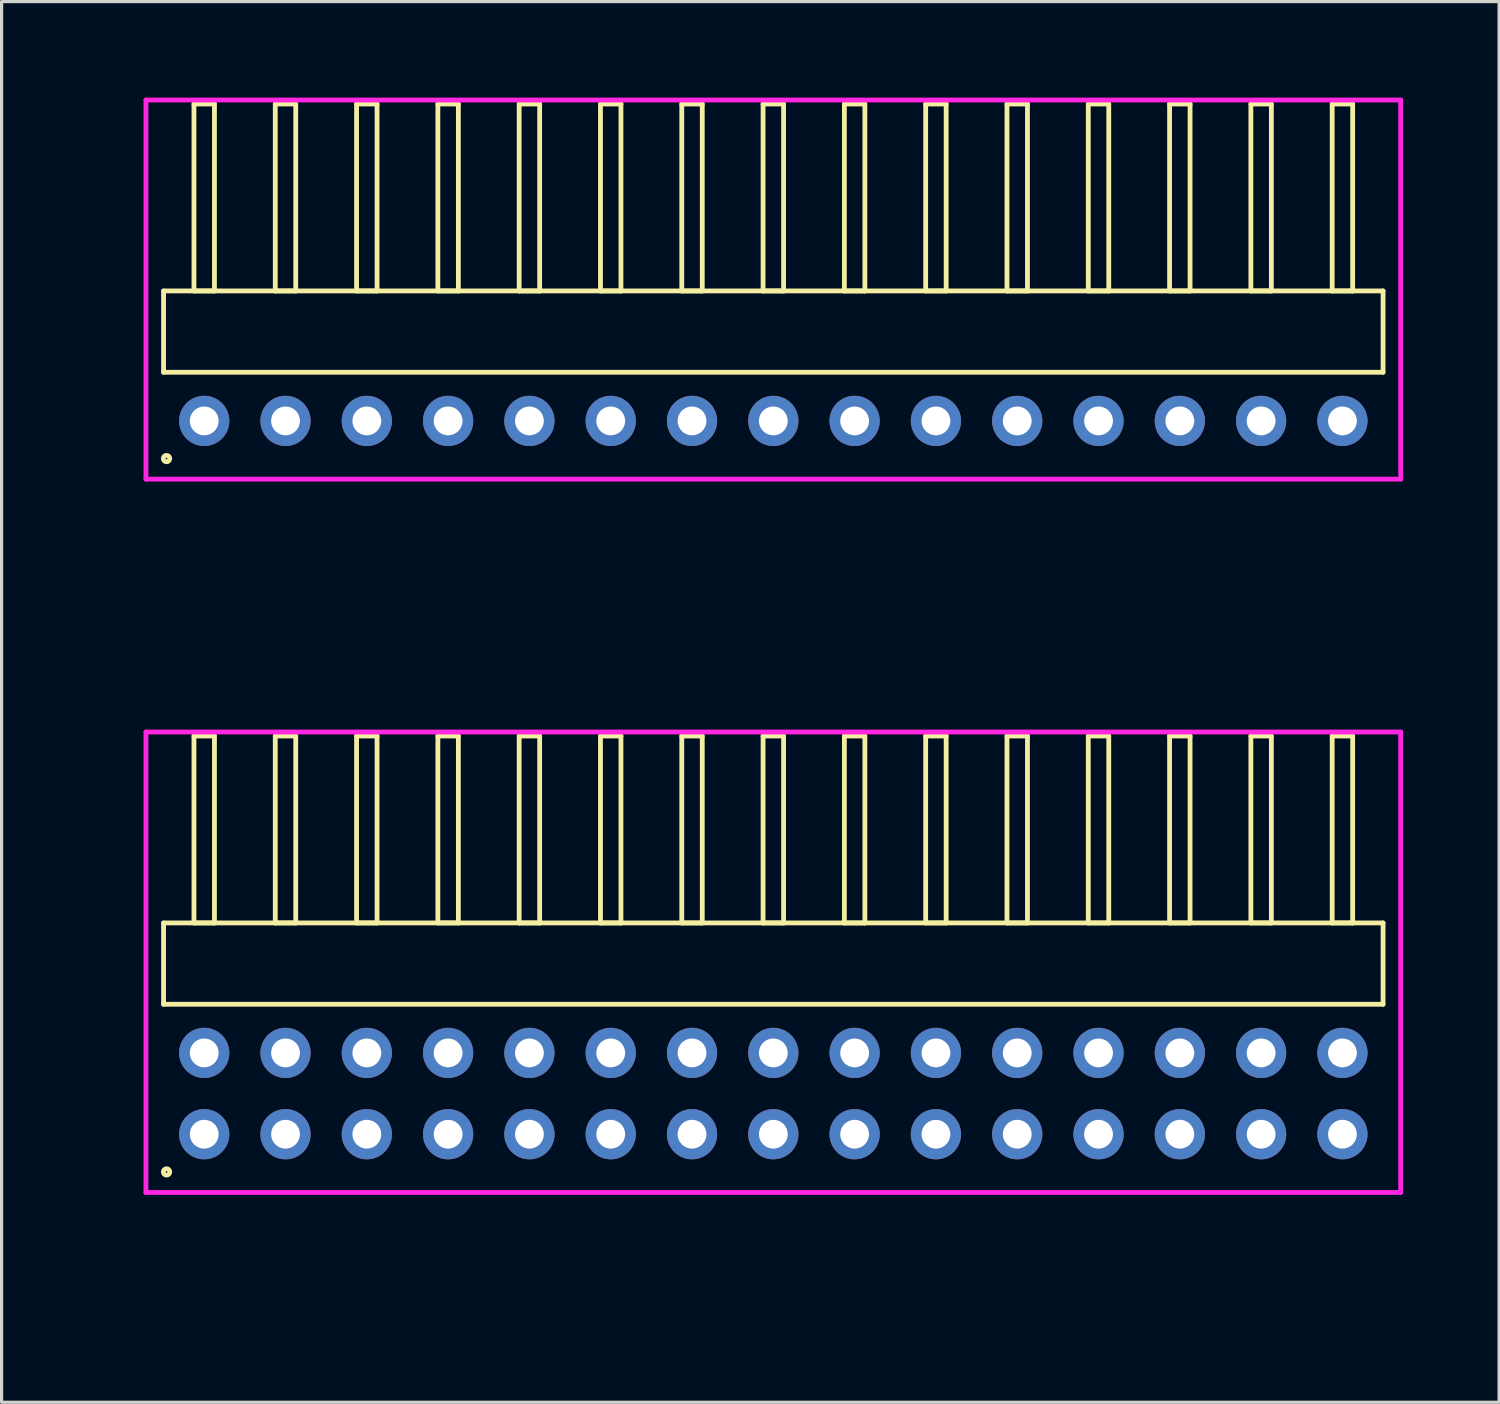
<source format=kicad_pcb>
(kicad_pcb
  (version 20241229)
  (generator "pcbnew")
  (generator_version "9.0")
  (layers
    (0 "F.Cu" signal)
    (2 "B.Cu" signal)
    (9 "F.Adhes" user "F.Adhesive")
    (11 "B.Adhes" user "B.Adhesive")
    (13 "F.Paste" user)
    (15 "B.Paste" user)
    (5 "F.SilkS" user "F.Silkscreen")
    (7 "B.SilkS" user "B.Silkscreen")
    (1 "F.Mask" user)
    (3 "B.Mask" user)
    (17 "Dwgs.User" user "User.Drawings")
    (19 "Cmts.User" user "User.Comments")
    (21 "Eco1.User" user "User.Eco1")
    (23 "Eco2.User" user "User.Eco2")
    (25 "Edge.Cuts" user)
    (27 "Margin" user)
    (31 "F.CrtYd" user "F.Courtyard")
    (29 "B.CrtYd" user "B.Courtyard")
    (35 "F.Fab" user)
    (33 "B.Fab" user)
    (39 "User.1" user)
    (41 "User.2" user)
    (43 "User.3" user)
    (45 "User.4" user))
  (footprint "HDR_RA254P15x1"
    (layer "F.Cu")
    (at 21.11 10.1)
    (property "Reference" "HDR_RA254P15x1" (at -20.35 0 90) (layer "User.1") (effects (font (size 1 1) (thickness 0.1))))
    (attr through_hole)
    (fp_line (start -19.05 -4.06) (end -19.05 -1.52) (stroke (width 0.15) (type solid)) (layer "F.SilkS"))
    (fp_line (start -19.05 -1.52) (end 19.05 -1.52) (stroke (width 0.15) (type solid)) (layer "F.SilkS"))
    (fp_line (start -18.1 -9.9) (end -18.1 -4.06) (stroke (width 0.15) (type solid)) (layer "F.SilkS"))
    (fp_line (start -18.1 -4.06) (end -17.46 -4.06) (stroke (width 0.15) (type solid)) (layer "F.SilkS"))
    (fp_line (start -17.46 -9.9) (end -18.1 -9.9) (stroke (width 0.15) (type solid)) (layer "F.SilkS"))
    (fp_line (start -17.46 -4.06) (end -17.46 -9.9) (stroke (width 0.15) (type solid)) (layer "F.SilkS"))
    (fp_line (start -15.56 -9.9) (end -15.56 -4.06) (stroke (width 0.15) (type solid)) (layer "F.SilkS"))
    (fp_line (start -15.56 -4.06) (end -14.92 -4.06) (stroke (width 0.15) (type solid)) (layer "F.SilkS"))
    (fp_line (start -14.92 -9.9) (end -15.56 -9.9) (stroke (width 0.15) (type solid)) (layer "F.SilkS"))
    (fp_line (start -14.92 -4.06) (end -14.92 -9.9) (stroke (width 0.15) (type solid)) (layer "F.SilkS"))
    (fp_line (start -13.02 -9.9) (end -13.02 -4.06) (stroke (width 0.15) (type solid)) (layer "F.SilkS"))
    (fp_line (start -13.02 -4.06) (end -12.38 -4.06) (stroke (width 0.15) (type solid)) (layer "F.SilkS"))
    (fp_line (start -12.38 -9.9) (end -13.02 -9.9) (stroke (width 0.15) (type solid)) (layer "F.SilkS"))
    (fp_line (start -12.38 -4.06) (end -12.38 -9.9) (stroke (width 0.15) (type solid)) (layer "F.SilkS"))
    (fp_line (start -10.48 -9.9) (end -10.48 -4.06) (stroke (width 0.15) (type solid)) (layer "F.SilkS"))
    (fp_line (start -10.48 -4.06) (end -9.84 -4.06) (stroke (width 0.15) (type solid)) (layer "F.SilkS"))
    (fp_line (start -9.84 -9.9) (end -10.48 -9.9) (stroke (width 0.15) (type solid)) (layer "F.SilkS"))
    (fp_line (start -9.84 -4.06) (end -9.84 -9.9) (stroke (width 0.15) (type solid)) (layer "F.SilkS"))
    (fp_line (start -7.94 -9.9) (end -7.94 -4.06) (stroke (width 0.15) (type solid)) (layer "F.SilkS"))
    (fp_line (start -7.94 -4.06) (end -7.3 -4.06) (stroke (width 0.15) (type solid)) (layer "F.SilkS"))
    (fp_line (start -7.3 -9.9) (end -7.94 -9.9) (stroke (width 0.15) (type solid)) (layer "F.SilkS"))
    (fp_line (start -7.3 -4.06) (end -7.3 -9.9) (stroke (width 0.15) (type solid)) (layer "F.SilkS"))
    (fp_line (start -5.4 -9.9) (end -5.4 -4.06) (stroke (width 0.15) (type solid)) (layer "F.SilkS"))
    (fp_line (start -5.4 -4.06) (end -4.76 -4.06) (stroke (width 0.15) (type solid)) (layer "F.SilkS"))
    (fp_line (start -4.76 -9.9) (end -5.4 -9.9) (stroke (width 0.15) (type solid)) (layer "F.SilkS"))
    (fp_line (start -4.76 -4.06) (end -4.76 -9.9) (stroke (width 0.15) (type solid)) (layer "F.SilkS"))
    (fp_line (start -2.86 -9.9) (end -2.86 -4.06) (stroke (width 0.15) (type solid)) (layer "F.SilkS"))
    (fp_line (start -2.86 -4.06) (end -2.22 -4.06) (stroke (width 0.15) (type solid)) (layer "F.SilkS"))
    (fp_line (start -2.22 -9.9) (end -2.86 -9.9) (stroke (width 0.15) (type solid)) (layer "F.SilkS"))
    (fp_line (start -2.22 -4.06) (end -2.22 -9.9) (stroke (width 0.15) (type solid)) (layer "F.SilkS"))
    (fp_line (start -0.32 -9.9) (end -0.32 -4.06) (stroke (width 0.15) (type solid)) (layer "F.SilkS"))
    (fp_line (start -0.32 -4.06) (end 0.32 -4.06) (stroke (width 0.15) (type solid)) (layer "F.SilkS"))
    (fp_line (start 0.32 -9.9) (end -0.32 -9.9) (stroke (width 0.15) (type solid)) (layer "F.SilkS"))
    (fp_line (start 0.32 -4.06) (end 0.32 -9.9) (stroke (width 0.15) (type solid)) (layer "F.SilkS"))
    (fp_line (start 2.22 -9.9) (end 2.22 -4.06) (stroke (width 0.15) (type solid)) (layer "F.SilkS"))
    (fp_line (start 2.22 -4.06) (end 2.86 -4.06) (stroke (width 0.15) (type solid)) (layer "F.SilkS"))
    (fp_line (start 2.86 -9.9) (end 2.22 -9.9) (stroke (width 0.15) (type solid)) (layer "F.SilkS"))
    (fp_line (start 2.86 -4.06) (end 2.86 -9.9) (stroke (width 0.15) (type solid)) (layer "F.SilkS"))
    (fp_line (start 4.76 -9.9) (end 4.76 -4.06) (stroke (width 0.15) (type solid)) (layer "F.SilkS"))
    (fp_line (start 4.76 -4.06) (end 5.4 -4.06) (stroke (width 0.15) (type solid)) (layer "F.SilkS"))
    (fp_line (start 5.4 -9.9) (end 4.76 -9.9) (stroke (width 0.15) (type solid)) (layer "F.SilkS"))
    (fp_line (start 5.4 -4.06) (end 5.4 -9.9) (stroke (width 0.15) (type solid)) (layer "F.SilkS"))
    (fp_line (start 7.3 -9.9) (end 7.3 -4.06) (stroke (width 0.15) (type solid)) (layer "F.SilkS"))
    (fp_line (start 7.3 -4.06) (end 7.94 -4.06) (stroke (width 0.15) (type solid)) (layer "F.SilkS"))
    (fp_line (start 7.94 -9.9) (end 7.3 -9.9) (stroke (width 0.15) (type solid)) (layer "F.SilkS"))
    (fp_line (start 7.94 -4.06) (end 7.94 -9.9) (stroke (width 0.15) (type solid)) (layer "F.SilkS"))
    (fp_line (start 9.84 -9.9) (end 9.84 -4.06) (stroke (width 0.15) (type solid)) (layer "F.SilkS"))
    (fp_line (start 9.84 -4.06) (end 10.48 -4.06) (stroke (width 0.15) (type solid)) (layer "F.SilkS"))
    (fp_line (start 10.48 -9.9) (end 9.84 -9.9) (stroke (width 0.15) (type solid)) (layer "F.SilkS"))
    (fp_line (start 10.48 -4.06) (end 10.48 -9.9) (stroke (width 0.15) (type solid)) (layer "F.SilkS"))
    (fp_line (start 12.38 -9.9) (end 12.38 -4.06) (stroke (width 0.15) (type solid)) (layer "F.SilkS"))
    (fp_line (start 12.38 -4.06) (end 13.02 -4.06) (stroke (width 0.15) (type solid)) (layer "F.SilkS"))
    (fp_line (start 13.02 -9.9) (end 12.38 -9.9) (stroke (width 0.15) (type solid)) (layer "F.SilkS"))
    (fp_line (start 13.02 -4.06) (end 13.02 -9.9) (stroke (width 0.15) (type solid)) (layer "F.SilkS"))
    (fp_line (start 14.92 -9.9) (end 14.92 -4.06) (stroke (width 0.15) (type solid)) (layer "F.SilkS"))
    (fp_line (start 14.92 -4.06) (end 15.56 -4.06) (stroke (width 0.15) (type solid)) (layer "F.SilkS"))
    (fp_line (start 15.56 -9.9) (end 14.92 -9.9) (stroke (width 0.15) (type solid)) (layer "F.SilkS"))
    (fp_line (start 15.56 -4.06) (end 15.56 -9.9) (stroke (width 0.15) (type solid)) (layer "F.SilkS"))
    (fp_line (start 17.46 -9.9) (end 17.46 -4.06) (stroke (width 0.15) (type solid)) (layer "F.SilkS"))
    (fp_line (start 17.46 -4.06) (end 18.1 -4.06) (stroke (width 0.15) (type solid)) (layer "F.SilkS"))
    (fp_line (start 18.1 -9.9) (end 17.46 -9.9) (stroke (width 0.15) (type solid)) (layer "F.SilkS"))
    (fp_line (start 18.1 -4.06) (end 18.1 -9.9) (stroke (width 0.15) (type solid)) (layer "F.SilkS"))
    (fp_line (start 19.05 -4.06) (end -19.05 -4.06) (stroke (width 0.15) (type solid)) (layer "F.SilkS"))
    (fp_line (start 19.05 -1.52) (end 19.05 -4.06) (stroke (width 0.15) (type solid)) (layer "F.SilkS"))
    (fp_circle (center -18.957 1.177) (end -18.857 1.177) (stroke (width 0.15) (type solid)) (fill no) (layer "F.SilkS"))
    (fp_line (start -19.6 -10.025) (end -19.6 1.82) (stroke (width 0.15) (type solid)) (layer "F.CrtYd"))
    (fp_line (start -19.6 1.82) (end 19.6 1.82) (stroke (width 0.15) (type solid)) (layer "F.CrtYd"))
    (fp_line (start 19.6 -10.025) (end -19.6 -10.025) (stroke (width 0.15) (type solid)) (layer "F.CrtYd"))
    (fp_line (start 19.6 1.82) (end 19.6 -10.025) (stroke (width 0.15) (type solid)) (layer "F.CrtYd"))
    (pad "1" thru_hole oval (at -17.78 0) (size 1.57 1.57) (drill 0.9) (layers "*.Cu" "*.Mask"))
    (pad "2" thru_hole oval (at -15.24 0) (size 1.57 1.57) (drill 0.9) (layers "*.Cu" "*.Mask"))
    (pad "3" thru_hole oval (at -12.7 0) (size 1.57 1.57) (drill 0.9) (layers "*.Cu" "*.Mask"))
    (pad "4" thru_hole oval (at -10.16 0) (size 1.57 1.57) (drill 0.9) (layers "*.Cu" "*.Mask"))
    (pad "5" thru_hole oval (at -7.62 0) (size 1.57 1.57) (drill 0.9) (layers "*.Cu" "*.Mask"))
    (pad "6" thru_hole oval (at -5.08 0) (size 1.57 1.57) (drill 0.9) (layers "*.Cu" "*.Mask"))
    (pad "7" thru_hole oval (at -2.54 0) (size 1.57 1.57) (drill 0.9) (layers "*.Cu" "*.Mask"))
    (pad "8" thru_hole oval (at 0 0) (size 1.57 1.57) (drill 0.9) (layers "*.Cu" "*.Mask"))
    (pad "9" thru_hole oval (at 2.54 0) (size 1.57 1.57) (drill 0.9) (layers "*.Cu" "*.Mask"))
    (pad "10" thru_hole oval (at 5.08 0) (size 1.57 1.57) (drill 0.9) (layers "*.Cu" "*.Mask"))
    (pad "11" thru_hole oval (at 7.62 0) (size 1.57 1.57) (drill 0.9) (layers "*.Cu" "*.Mask"))
    (pad "12" thru_hole oval (at 10.16 0) (size 1.57 1.57) (drill 0.9) (layers "*.Cu" "*.Mask"))
    (pad "13" thru_hole oval (at 12.7 0) (size 1.57 1.57) (drill 0.9) (layers "*.Cu" "*.Mask"))
    (pad "14" thru_hole oval (at 15.24 0) (size 1.57 1.57) (drill 0.9) (layers "*.Cu" "*.Mask"))
    (pad "15" thru_hole oval (at 17.78 0) (size 1.57 1.57) (drill 0.9) (layers "*.Cu" "*.Mask")))
  (footprint "HDR_RA254P15x2"
    (layer "F.Cu")
    (at 21.11 31.115)
    (property "Reference" "HDR_RA254P15x2" (at -20.35 0 90) (layer "User.1") (effects (font (size 1 1) (thickness 0.1))))
    (attr through_hole)
    (fp_line (start -19.05 -5.33) (end -19.05 -2.79) (stroke (width 0.15) (type solid)) (layer "F.SilkS"))
    (fp_line (start -19.05 -2.79) (end 19.05 -2.79) (stroke (width 0.15) (type solid)) (layer "F.SilkS"))
    (fp_line (start -18.1 -11.17) (end -18.1 -5.33) (stroke (width 0.15) (type solid)) (layer "F.SilkS"))
    (fp_line (start -18.1 -5.33) (end -17.46 -5.33) (stroke (width 0.15) (type solid)) (layer "F.SilkS"))
    (fp_line (start -17.46 -11.17) (end -18.1 -11.17) (stroke (width 0.15) (type solid)) (layer "F.SilkS"))
    (fp_line (start -17.46 -5.33) (end -17.46 -11.17) (stroke (width 0.15) (type solid)) (layer "F.SilkS"))
    (fp_line (start -15.56 -11.17) (end -15.56 -5.33) (stroke (width 0.15) (type solid)) (layer "F.SilkS"))
    (fp_line (start -15.56 -5.33) (end -14.92 -5.33) (stroke (width 0.15) (type solid)) (layer "F.SilkS"))
    (fp_line (start -14.92 -11.17) (end -15.56 -11.17) (stroke (width 0.15) (type solid)) (layer "F.SilkS"))
    (fp_line (start -14.92 -5.33) (end -14.92 -11.17) (stroke (width 0.15) (type solid)) (layer "F.SilkS"))
    (fp_line (start -13.02 -11.17) (end -13.02 -5.33) (stroke (width 0.15) (type solid)) (layer "F.SilkS"))
    (fp_line (start -13.02 -5.33) (end -12.38 -5.33) (stroke (width 0.15) (type solid)) (layer "F.SilkS"))
    (fp_line (start -12.38 -11.17) (end -13.02 -11.17) (stroke (width 0.15) (type solid)) (layer "F.SilkS"))
    (fp_line (start -12.38 -5.33) (end -12.38 -11.17) (stroke (width 0.15) (type solid)) (layer "F.SilkS"))
    (fp_line (start -10.48 -11.17) (end -10.48 -5.33) (stroke (width 0.15) (type solid)) (layer "F.SilkS"))
    (fp_line (start -10.48 -5.33) (end -9.84 -5.33) (stroke (width 0.15) (type solid)) (layer "F.SilkS"))
    (fp_line (start -9.84 -11.17) (end -10.48 -11.17) (stroke (width 0.15) (type solid)) (layer "F.SilkS"))
    (fp_line (start -9.84 -5.33) (end -9.84 -11.17) (stroke (width 0.15) (type solid)) (layer "F.SilkS"))
    (fp_line (start -7.94 -11.17) (end -7.94 -5.33) (stroke (width 0.15) (type solid)) (layer "F.SilkS"))
    (fp_line (start -7.94 -5.33) (end -7.3 -5.33) (stroke (width 0.15) (type solid)) (layer "F.SilkS"))
    (fp_line (start -7.3 -11.17) (end -7.94 -11.17) (stroke (width 0.15) (type solid)) (layer "F.SilkS"))
    (fp_line (start -7.3 -5.33) (end -7.3 -11.17) (stroke (width 0.15) (type solid)) (layer "F.SilkS"))
    (fp_line (start -5.4 -11.17) (end -5.4 -5.33) (stroke (width 0.15) (type solid)) (layer "F.SilkS"))
    (fp_line (start -5.4 -5.33) (end -4.76 -5.33) (stroke (width 0.15) (type solid)) (layer "F.SilkS"))
    (fp_line (start -4.76 -11.17) (end -5.4 -11.17) (stroke (width 0.15) (type solid)) (layer "F.SilkS"))
    (fp_line (start -4.76 -5.33) (end -4.76 -11.17) (stroke (width 0.15) (type solid)) (layer "F.SilkS"))
    (fp_line (start -2.86 -11.17) (end -2.86 -5.33) (stroke (width 0.15) (type solid)) (layer "F.SilkS"))
    (fp_line (start -2.86 -5.33) (end -2.22 -5.33) (stroke (width 0.15) (type solid)) (layer "F.SilkS"))
    (fp_line (start -2.22 -11.17) (end -2.86 -11.17) (stroke (width 0.15) (type solid)) (layer "F.SilkS"))
    (fp_line (start -2.22 -5.33) (end -2.22 -11.17) (stroke (width 0.15) (type solid)) (layer "F.SilkS"))
    (fp_line (start -0.32 -11.17) (end -0.32 -5.33) (stroke (width 0.15) (type solid)) (layer "F.SilkS"))
    (fp_line (start -0.32 -5.33) (end 0.32 -5.33) (stroke (width 0.15) (type solid)) (layer "F.SilkS"))
    (fp_line (start 0.32 -11.17) (end -0.32 -11.17) (stroke (width 0.15) (type solid)) (layer "F.SilkS"))
    (fp_line (start 0.32 -5.33) (end 0.32 -11.17) (stroke (width 0.15) (type solid)) (layer "F.SilkS"))
    (fp_line (start 2.22 -11.17) (end 2.22 -5.33) (stroke (width 0.15) (type solid)) (layer "F.SilkS"))
    (fp_line (start 2.22 -5.33) (end 2.86 -5.33) (stroke (width 0.15) (type solid)) (layer "F.SilkS"))
    (fp_line (start 2.86 -11.17) (end 2.22 -11.17) (stroke (width 0.15) (type solid)) (layer "F.SilkS"))
    (fp_line (start 2.86 -5.33) (end 2.86 -11.17) (stroke (width 0.15) (type solid)) (layer "F.SilkS"))
    (fp_line (start 4.76 -11.17) (end 4.76 -5.33) (stroke (width 0.15) (type solid)) (layer "F.SilkS"))
    (fp_line (start 4.76 -5.33) (end 5.4 -5.33) (stroke (width 0.15) (type solid)) (layer "F.SilkS"))
    (fp_line (start 5.4 -11.17) (end 4.76 -11.17) (stroke (width 0.15) (type solid)) (layer "F.SilkS"))
    (fp_line (start 5.4 -5.33) (end 5.4 -11.17) (stroke (width 0.15) (type solid)) (layer "F.SilkS"))
    (fp_line (start 7.3 -11.17) (end 7.3 -5.33) (stroke (width 0.15) (type solid)) (layer "F.SilkS"))
    (fp_line (start 7.3 -5.33) (end 7.94 -5.33) (stroke (width 0.15) (type solid)) (layer "F.SilkS"))
    (fp_line (start 7.94 -11.17) (end 7.3 -11.17) (stroke (width 0.15) (type solid)) (layer "F.SilkS"))
    (fp_line (start 7.94 -5.33) (end 7.94 -11.17) (stroke (width 0.15) (type solid)) (layer "F.SilkS"))
    (fp_line (start 9.84 -11.17) (end 9.84 -5.33) (stroke (width 0.15) (type solid)) (layer "F.SilkS"))
    (fp_line (start 9.84 -5.33) (end 10.48 -5.33) (stroke (width 0.15) (type solid)) (layer "F.SilkS"))
    (fp_line (start 10.48 -11.17) (end 9.84 -11.17) (stroke (width 0.15) (type solid)) (layer "F.SilkS"))
    (fp_line (start 10.48 -5.33) (end 10.48 -11.17) (stroke (width 0.15) (type solid)) (layer "F.SilkS"))
    (fp_line (start 12.38 -11.17) (end 12.38 -5.33) (stroke (width 0.15) (type solid)) (layer "F.SilkS"))
    (fp_line (start 12.38 -5.33) (end 13.02 -5.33) (stroke (width 0.15) (type solid)) (layer "F.SilkS"))
    (fp_line (start 13.02 -11.17) (end 12.38 -11.17) (stroke (width 0.15) (type solid)) (layer "F.SilkS"))
    (fp_line (start 13.02 -5.33) (end 13.02 -11.17) (stroke (width 0.15) (type solid)) (layer "F.SilkS"))
    (fp_line (start 14.92 -11.17) (end 14.92 -5.33) (stroke (width 0.15) (type solid)) (layer "F.SilkS"))
    (fp_line (start 14.92 -5.33) (end 15.56 -5.33) (stroke (width 0.15) (type solid)) (layer "F.SilkS"))
    (fp_line (start 15.56 -11.17) (end 14.92 -11.17) (stroke (width 0.15) (type solid)) (layer "F.SilkS"))
    (fp_line (start 15.56 -5.33) (end 15.56 -11.17) (stroke (width 0.15) (type solid)) (layer "F.SilkS"))
    (fp_line (start 17.46 -11.17) (end 17.46 -5.33) (stroke (width 0.15) (type solid)) (layer "F.SilkS"))
    (fp_line (start 17.46 -5.33) (end 18.1 -5.33) (stroke (width 0.15) (type solid)) (layer "F.SilkS"))
    (fp_line (start 18.1 -11.17) (end 17.46 -11.17) (stroke (width 0.15) (type solid)) (layer "F.SilkS"))
    (fp_line (start 18.1 -5.33) (end 18.1 -11.17) (stroke (width 0.15) (type solid)) (layer "F.SilkS"))
    (fp_line (start 19.05 -5.33) (end -19.05 -5.33) (stroke (width 0.15) (type solid)) (layer "F.SilkS"))
    (fp_line (start 19.05 -2.79) (end 19.05 -5.33) (stroke (width 0.15) (type solid)) (layer "F.SilkS"))
    (fp_circle (center -18.957 2.448) (end -18.857 2.448) (stroke (width 0.15) (type solid)) (fill no) (layer "F.SilkS"))
    (fp_line (start -19.6 -11.295) (end -19.6 3.09) (stroke (width 0.15) (type solid)) (layer "F.CrtYd"))
    (fp_line (start -19.6 3.09) (end 19.6 3.09) (stroke (width 0.15) (type solid)) (layer "F.CrtYd"))
    (fp_line (start 19.6 -11.295) (end -19.6 -11.295) (stroke (width 0.15) (type solid)) (layer "F.CrtYd"))
    (fp_line (start 19.6 3.09) (end 19.6 -11.295) (stroke (width 0.15) (type solid)) (layer "F.CrtYd"))
    (pad "1" thru_hole oval (at -17.78 1.27) (size 1.57 1.57) (drill 0.9) (layers "*.Cu" "*.Mask"))
    (pad "2" thru_hole oval (at -17.78 -1.27) (size 1.57 1.57) (drill 0.9) (layers "*.Cu" "*.Mask"))
    (pad "3" thru_hole oval (at -15.24 1.27) (size 1.57 1.57) (drill 0.9) (layers "*.Cu" "*.Mask"))
    (pad "4" thru_hole oval (at -15.24 -1.27) (size 1.57 1.57) (drill 0.9) (layers "*.Cu" "*.Mask"))
    (pad "5" thru_hole oval (at -12.7 1.27) (size 1.57 1.57) (drill 0.9) (layers "*.Cu" "*.Mask"))
    (pad "6" thru_hole oval (at -12.7 -1.27) (size 1.57 1.57) (drill 0.9) (layers "*.Cu" "*.Mask"))
    (pad "7" thru_hole oval (at -10.16 1.27) (size 1.57 1.57) (drill 0.9) (layers "*.Cu" "*.Mask"))
    (pad "8" thru_hole oval (at -10.16 -1.27) (size 1.57 1.57) (drill 0.9) (layers "*.Cu" "*.Mask"))
    (pad "9" thru_hole oval (at -7.62 1.27) (size 1.57 1.57) (drill 0.9) (layers "*.Cu" "*.Mask"))
    (pad "10" thru_hole oval (at -7.62 -1.27) (size 1.57 1.57) (drill 0.9) (layers "*.Cu" "*.Mask"))
    (pad "11" thru_hole oval (at -5.08 1.27) (size 1.57 1.57) (drill 0.9) (layers "*.Cu" "*.Mask"))
    (pad "12" thru_hole oval (at -5.08 -1.27) (size 1.57 1.57) (drill 0.9) (layers "*.Cu" "*.Mask"))
    (pad "13" thru_hole oval (at -2.54 1.27) (size 1.57 1.57) (drill 0.9) (layers "*.Cu" "*.Mask"))
    (pad "14" thru_hole oval (at -2.54 -1.27) (size 1.57 1.57) (drill 0.9) (layers "*.Cu" "*.Mask"))
    (pad "15" thru_hole oval (at 0 1.27) (size 1.57 1.57) (drill 0.9) (layers "*.Cu" "*.Mask"))
    (pad "16" thru_hole oval (at 0 -1.27) (size 1.57 1.57) (drill 0.9) (layers "*.Cu" "*.Mask"))
    (pad "17" thru_hole oval (at 2.54 1.27) (size 1.57 1.57) (drill 0.9) (layers "*.Cu" "*.Mask"))
    (pad "18" thru_hole oval (at 2.54 -1.27) (size 1.57 1.57) (drill 0.9) (layers "*.Cu" "*.Mask"))
    (pad "19" thru_hole oval (at 5.08 1.27) (size 1.57 1.57) (drill 0.9) (layers "*.Cu" "*.Mask"))
    (pad "20" thru_hole oval (at 5.08 -1.27) (size 1.57 1.57) (drill 0.9) (layers "*.Cu" "*.Mask"))
    (pad "21" thru_hole oval (at 7.62 1.27) (size 1.57 1.57) (drill 0.9) (layers "*.Cu" "*.Mask"))
    (pad "22" thru_hole oval (at 7.62 -1.27) (size 1.57 1.57) (drill 0.9) (layers "*.Cu" "*.Mask"))
    (pad "23" thru_hole oval (at 10.16 1.27) (size 1.57 1.57) (drill 0.9) (layers "*.Cu" "*.Mask"))
    (pad "24" thru_hole oval (at 10.16 -1.27) (size 1.57 1.57) (drill 0.9) (layers "*.Cu" "*.Mask"))
    (pad "25" thru_hole oval (at 12.7 1.27) (size 1.57 1.57) (drill 0.9) (layers "*.Cu" "*.Mask"))
    (pad "26" thru_hole oval (at 12.7 -1.27) (size 1.57 1.57) (drill 0.9) (layers "*.Cu" "*.Mask"))
    (pad "27" thru_hole oval (at 15.24 1.27) (size 1.57 1.57) (drill 0.9) (layers "*.Cu" "*.Mask"))
    (pad "28" thru_hole oval (at 15.24 -1.27) (size 1.57 1.57) (drill 0.9) (layers "*.Cu" "*.Mask"))
    (pad "29" thru_hole oval (at 17.78 1.27) (size 1.57 1.57) (drill 0.9) (layers "*.Cu" "*.Mask"))
    (pad "30" thru_hole oval (at 17.78 -1.27) (size 1.57 1.57) (drill 0.9) (layers "*.Cu" "*.Mask")))
  (gr_rect
    (start -3 -3)
    (end 43.785 40.76)
    (stroke (width 0.1) (type default))
    (fill no)
    (layer "Edge.Cuts")))
</source>
